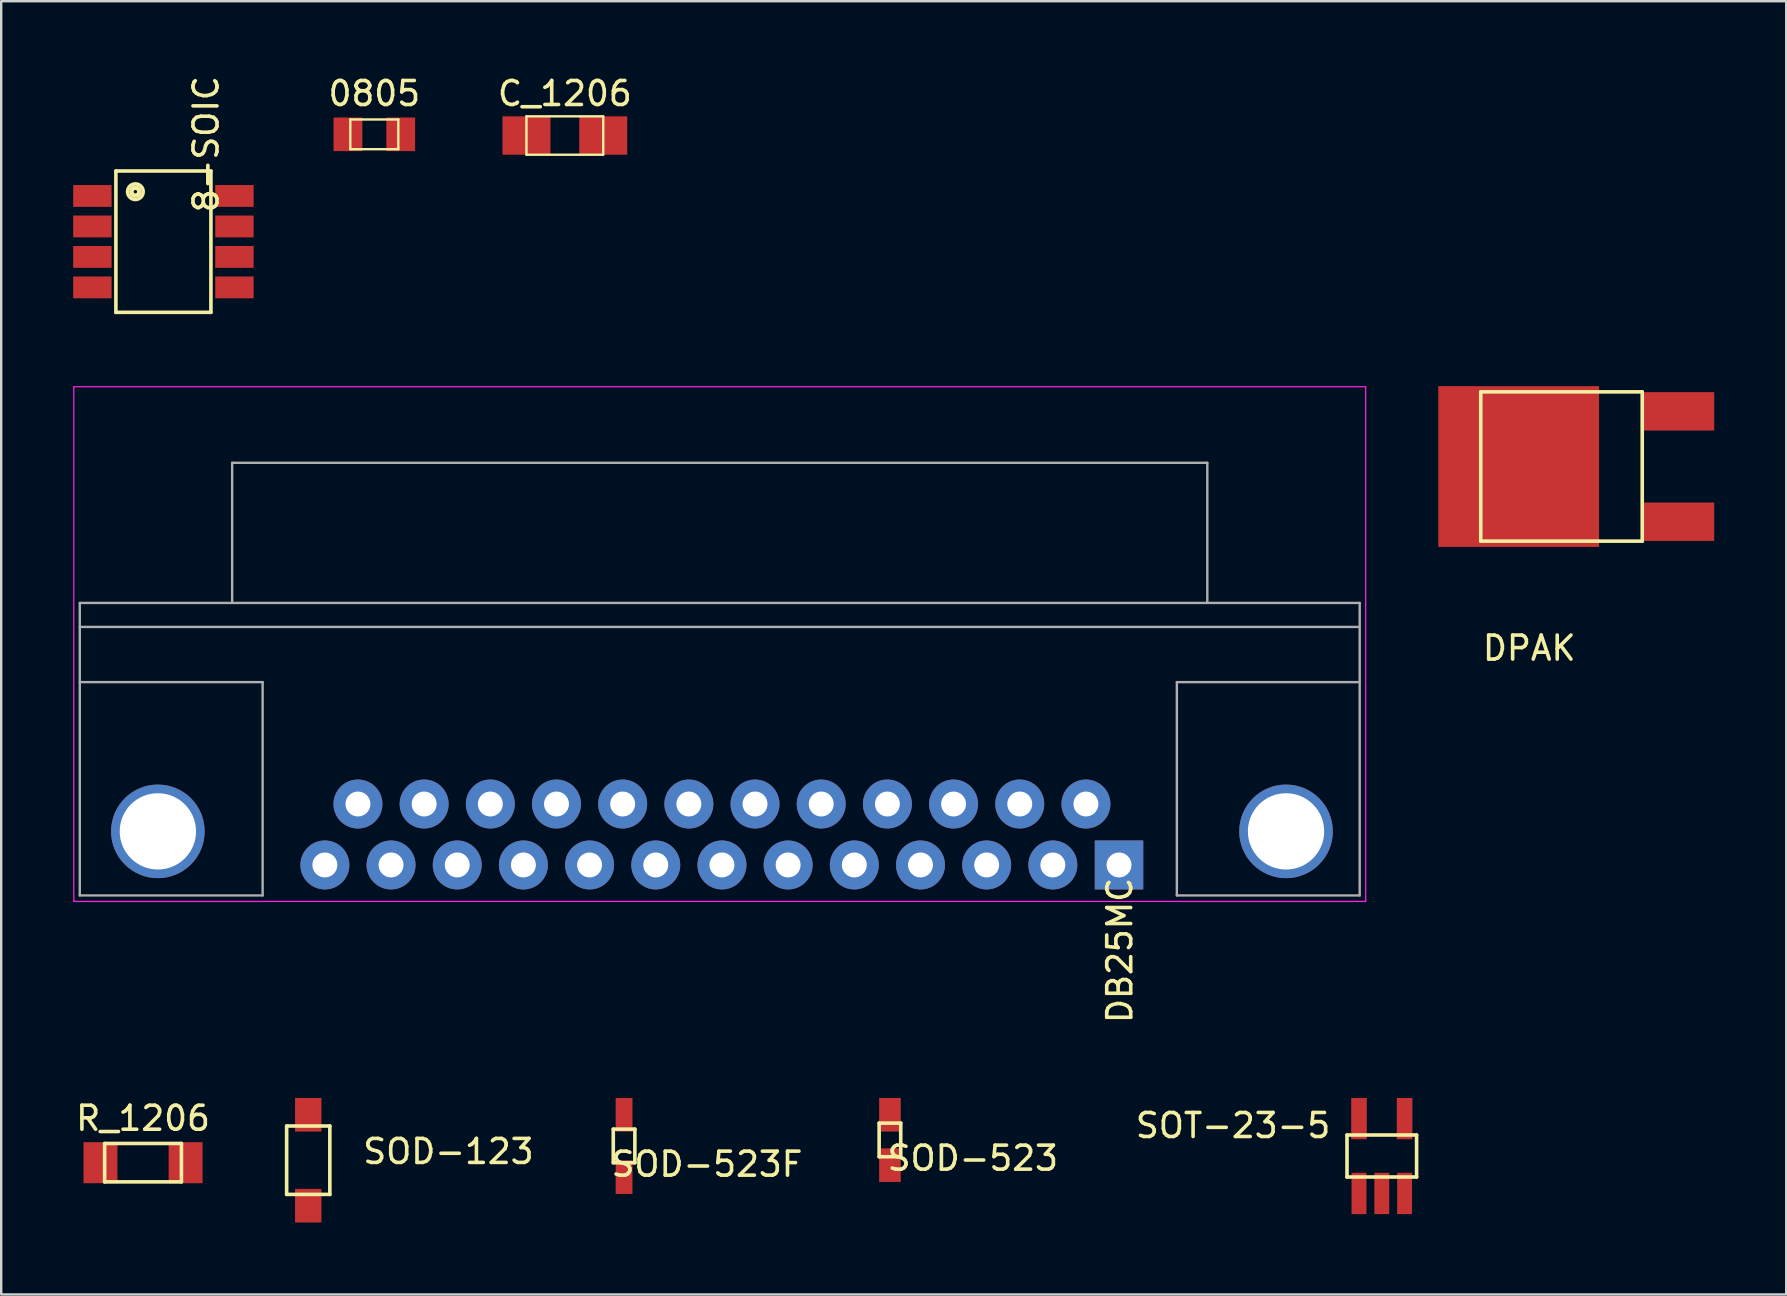
<source format=kicad_pcb>
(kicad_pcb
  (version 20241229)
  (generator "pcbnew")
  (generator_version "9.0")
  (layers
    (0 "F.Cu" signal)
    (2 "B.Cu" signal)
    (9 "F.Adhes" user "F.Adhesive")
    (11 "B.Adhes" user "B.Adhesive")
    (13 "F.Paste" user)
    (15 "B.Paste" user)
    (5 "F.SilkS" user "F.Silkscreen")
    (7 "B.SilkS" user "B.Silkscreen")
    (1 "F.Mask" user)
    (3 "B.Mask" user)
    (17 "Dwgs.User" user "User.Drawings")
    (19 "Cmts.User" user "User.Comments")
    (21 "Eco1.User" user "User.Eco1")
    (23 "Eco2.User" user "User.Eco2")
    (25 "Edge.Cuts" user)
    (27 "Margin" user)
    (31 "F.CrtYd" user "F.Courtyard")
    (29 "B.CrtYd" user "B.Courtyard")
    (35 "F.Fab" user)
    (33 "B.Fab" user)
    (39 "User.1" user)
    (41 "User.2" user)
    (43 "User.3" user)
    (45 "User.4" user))
  (footprint "SOD-123"
    (layer "F.Cu")
    (at 9.796 45.302)
    (property "Reference" "SOD-123" (at 5.842 -0.364 0) (layer "F.SilkS") (effects (font (size 1 1) (thickness 0.15))))
    (attr through_hole)
    (fp_line (start -0.9 1.425) (end -0.9 -1.425) (stroke (width 0.15) (type solid)) (layer "F.SilkS"))
    (fp_line (start -0.9 1.425) (end 0.9 1.425) (stroke (width 0.15) (type solid)) (layer "F.SilkS"))
    (fp_line (start 0.9 -1.425) (end -0.9 -1.425) (stroke (width 0.15) (type solid)) (layer "F.SilkS"))
    (fp_line (start 0.9 1.425) (end 0.9 -1.425) (stroke (width 0.15) (type solid)) (layer "F.SilkS"))
    (pad "1" smd rect (at 0 -1.895) (size 1.1 1.4) (layers "F.Cu" "F.Mask" "F.Paste"))
    (pad "2" smd rect (at 0 1.895) (size 1.1 1.4) (layers "F.Cu" "F.Mask" "F.Paste")))
  (footprint "DPAK"
    (layer "F.Cu")
    (at 64.49 16.392)
    (property "Reference" "DPAK" (at -3.81 7.569 0) (layer "F.SilkS") (effects (font (size 1 1) (thickness 0.15))))
    (attr through_hole)
    (fp_line (start -5.83 -3.11) (end 0.9 -3.11) (stroke (width 0.15) (type solid)) (layer "F.SilkS"))
    (fp_line (start -5.83 3.11) (end -5.83 -3.11) (stroke (width 0.15) (type solid)) (layer "F.SilkS"))
    (fp_line (start -5.83 3.11) (end 0.9 3.11) (stroke (width 0.15) (type solid)) (layer "F.SilkS"))
    (fp_line (start 0.9 -3.11) (end 0.9 3.11) (stroke (width 0.15) (type solid)) (layer "F.SilkS"))
    (pad "1" smd rect (at 2.4 2.3) (size 3 1.6) (layers "F.Cu" "F.Mask" "F.Paste"))
    (pad "2" smd rect (at 2.4 -2.3) (size 3 1.6) (layers "F.Cu" "F.Mask" "F.Paste"))
    (pad "3" smd rect (at -4.25 0) (size 6.7 6.7) (layers "F.Cu" "F.Mask" "F.Paste")))
  (footprint "R_1206"
    (layer "F.Cu")
    (at 2.911 45.405)
    (property "Reference" "R_1206" (at 0 -1.85 0) (layer "F.SilkS") (effects (font (size 1 1) (thickness 0.15))))
    (attr smd)
    (fp_line (start -1.6 0.8) (end -1.6 -0.8) (stroke (width 0.15) (type solid)) (layer "F.SilkS"))
    (fp_line (start -1.6 0.8) (end 1.6 0.8) (stroke (width 0.15) (type solid)) (layer "F.SilkS"))
    (fp_line (start 1.6 -0.8) (end -1.6 -0.8) (stroke (width 0.15) (type solid)) (layer "F.SilkS"))
    (fp_line (start 1.6 0.8) (end 1.6 -0.8) (stroke (width 0.15) (type solid)) (layer "F.SilkS"))
    (pad "1" smd rect (at -1.774 0) (size 1.414 1.71) (layers "F.Cu" "F.Mask" "F.Paste"))
    (pad "2" smd rect (at 1.774 0) (size 1.414 1.71) (layers "F.Cu" "F.Mask" "F.Paste")))
  (footprint "C_1206"
    (layer "F.Cu")
    (at 20.49 2.598)
    (property "Reference" "C_1206" (at 0 -1.75 0) (layer "F.SilkS") (effects (font (size 1 1) (thickness 0.15))))
    (attr smd)
    (fp_line (start -1.6 -0.8) (end 1.6 -0.8) (stroke (width 0.1) (type solid)) (layer "F.SilkS"))
    (fp_line (start -1.6 0.8) (end -1.6 -0.8) (stroke (width 0.1) (type solid)) (layer "F.SilkS"))
    (fp_line (start 1.6 -0.8) (end 1.6 0.8) (stroke (width 0.1) (type solid)) (layer "F.SilkS"))
    (fp_line (start 1.6 0.8) (end -1.6 0.8) (stroke (width 0.1) (type solid)) (layer "F.SilkS"))
    (pad "1" smd rect (at -1.6 0) (size 2 1.6) (layers "F.Cu" "F.Mask" "F.Paste"))
    (pad "2" smd rect (at 1.6 0) (size 2 1.6) (layers "F.Cu" "F.Mask" "F.Paste")))
  (footprint "SOD-523"
    (layer "F.Cu")
    (at 34.038 44.457)
    (property "Reference" "SOD-523" (at 3.454 0.762 0) (layer "F.SilkS") (effects (font (size 1 1) (thickness 0.15))))
    (attr through_hole)
    (fp_line (start -0.45 0.7) (end -0.45 -0.7) (stroke (width 0.15) (type solid)) (layer "F.SilkS"))
    (fp_line (start -0.45 0.7) (end 0.45 0.7) (stroke (width 0.15) (type solid)) (layer "F.SilkS"))
    (fp_line (start 0.45 -0.7) (end -0.45 -0.7) (stroke (width 0.15) (type solid)) (layer "F.SilkS"))
    (fp_line (start 0.45 0.7) (end 0.45 -0.7) (stroke (width 0.15) (type solid)) (layer "F.SilkS"))
    (pad "1" smd rect (at 0 -1.05) (size 0.9 1.4) (layers "F.Cu" "F.Mask" "F.Paste"))
    (pad "2" smd rect (at 0 1.05) (size 0.9 1.4) (layers "F.Cu" "F.Mask" "F.Paste")))
  (footprint "DB25MC"
    (layer "F.Cu")
    (at 43.585 32.997)
    (property "Reference" "DB25MC" (at 0.032 3.561 90) (layer "F.SilkS") (effects (font (size 1 1) (thickness 0.15))))
    (attr through_hole)
    (fp_line (start -43.56 -19.93) (end -43.56 1.52) (stroke (width 0.05) (type solid)) (layer "F.CrtYd"))
    (fp_line (start -43.56 -19.93) (end 10.28 -19.93) (stroke (width 0.05) (type solid)) (layer "F.CrtYd"))
    (fp_line (start 10.28 1.52) (end -43.56 1.52) (stroke (width 0.05) (type solid)) (layer "F.CrtYd"))
    (fp_line (start 10.28 1.52) (end 10.28 -19.93) (stroke (width 0.05) (type solid)) (layer "F.CrtYd"))
    (fp_line (start -43.31 -9.92) (end 10.03 -9.92) (stroke (width 0.1) (type solid)) (layer "F.Fab"))
    (fp_line (start -43.31 -7.62) (end -35.69 -7.62) (stroke (width 0.1) (type solid)) (layer "F.Fab"))
    (fp_line (start -43.31 1.27) (end -43.31 -10.92) (stroke (width 0.1) (type solid)) (layer "F.Fab"))
    (fp_line (start -43.31 1.27) (end -35.69 1.27) (stroke (width 0.1) (type solid)) (layer "F.Fab"))
    (fp_line (start -36.96 -16.76) (end -36.96 -10.92) (stroke (width 0.1) (type solid)) (layer "F.Fab"))
    (fp_line (start -36.96 -16.76) (end 3.68 -16.76) (stroke (width 0.1) (type solid)) (layer "F.Fab"))
    (fp_line (start -35.69 -7.62) (end -35.69 1.27) (stroke (width 0.1) (type solid)) (layer "F.Fab"))
    (fp_line (start 2.41 -7.62) (end 2.41 1.27) (stroke (width 0.1) (type solid)) (layer "F.Fab"))
    (fp_line (start 2.41 1.27) (end 10.03 1.27) (stroke (width 0.1) (type solid)) (layer "F.Fab"))
    (fp_line (start 3.68 -16.76) (end 3.68 -10.92) (stroke (width 0.1) (type solid)) (layer "F.Fab"))
    (fp_line (start 10.03 -10.92) (end -43.31 -10.92) (stroke (width 0.1) (type solid)) (layer "F.Fab"))
    (fp_line (start 10.03 -10.92) (end 10.03 1.27) (stroke (width 0.1) (type solid)) (layer "F.Fab"))
    (fp_line (start 10.03 -7.62) (end 2.41 -7.62) (stroke (width 0.1) (type solid)) (layer "F.Fab"))
    (pad "" thru_hole circle (at -40.056 -1.4) (size 3.9 3.9) (drill 3.18) (layers "*.Cu" "*.Mask"))
    (pad "" thru_hole circle (at 6.96 -1.4) (size 3.9 3.9) (drill 3.18) (layers "*.Cu" "*.Mask"))
    (pad "1" thru_hole rect (at 0 0) (size 2.02 2.04) (drill 1.04) (layers "*.Cu" "*.Mask"))
    (pad "2" thru_hole circle (at -2.758 0) (size 2.04 2.04) (drill 1.04) (layers "*.Cu" "*.Mask"))
    (pad "3" thru_hole circle (at -5.516 0) (size 2.04 2.04) (drill 1.04) (layers "*.Cu" "*.Mask"))
    (pad "4" thru_hole circle (at -8.274 0) (size 2.04 2.04) (drill 1.04) (layers "*.Cu" "*.Mask"))
    (pad "5" thru_hole circle (at -11.032 0) (size 2.04 2.04) (drill 1.04) (layers "*.Cu" "*.Mask"))
    (pad "6" thru_hole circle (at -13.79 0) (size 2.04 2.04) (drill 1.04) (layers "*.Cu" "*.Mask"))
    (pad "7" thru_hole circle (at -16.548 0) (size 2.04 2.04) (drill 1.04) (layers "*.Cu" "*.Mask"))
    (pad "8" thru_hole circle (at -19.306 0) (size 2.04 2.04) (drill 1.04) (layers "*.Cu" "*.Mask"))
    (pad "9" thru_hole circle (at -22.064 0) (size 2.04 2.04) (drill 1.04) (layers "*.Cu" "*.Mask"))
    (pad "10" thru_hole circle (at -24.822 0) (size 2.04 2.04) (drill 1.04) (layers "*.Cu" "*.Mask"))
    (pad "11" thru_hole circle (at -27.58 0) (size 2.04 2.04) (drill 1.04) (layers "*.Cu" "*.Mask"))
    (pad "12" thru_hole circle (at -30.338 0) (size 2.04 2.04) (drill 1.04) (layers "*.Cu" "*.Mask"))
    (pad "13" thru_hole circle (at -33.096 0) (size 2.04 2.04) (drill 1.04) (layers "*.Cu" "*.Mask"))
    (pad "14" thru_hole circle (at -1.379 -2.54) (size 2.04 2.04) (drill 1.04) (layers "*.Cu" "*.Mask"))
    (pad "15" thru_hole circle (at -4.137 -2.54) (size 2.04 2.04) (drill 1.04) (layers "*.Cu" "*.Mask"))
    (pad "16" thru_hole circle (at -6.895 -2.54) (size 2.04 2.04) (drill 1.04) (layers "*.Cu" "*.Mask"))
    (pad "17" thru_hole circle (at -9.653 -2.54) (size 2.04 2.04) (drill 1.04) (layers "*.Cu" "*.Mask"))
    (pad "18" thru_hole circle (at -12.411 -2.54) (size 2.04 2.04) (drill 1.04) (layers "*.Cu" "*.Mask"))
    (pad "19" thru_hole circle (at -15.169 -2.54) (size 2.04 2.04) (drill 1.04) (layers "*.Cu" "*.Mask"))
    (pad "20" thru_hole circle (at -17.927 -2.54) (size 2.04 2.04) (drill 1.04) (layers "*.Cu" "*.Mask"))
    (pad "21" thru_hole circle (at -20.685 -2.54) (size 2.04 2.04) (drill 1.04) (layers "*.Cu" "*.Mask"))
    (pad "22" thru_hole circle (at -23.443 -2.54) (size 2.04 2.04) (drill 1.04) (layers "*.Cu" "*.Mask"))
    (pad "23" thru_hole circle (at -26.201 -2.54) (size 2.04 2.04) (drill 1.04) (layers "*.Cu" "*.Mask"))
    (pad "24" thru_hole circle (at -28.959 -2.54) (size 2.04 2.04) (drill 1.04) (layers "*.Cu" "*.Mask"))
    (pad "25" thru_hole circle (at -31.717 -2.54) (size 2.04 2.04) (drill 1.04) (layers "*.Cu" "*.Mask")))
  (footprint "0805"
    (layer "F.Cu")
    (at 12.55 2.548)
    (property "Reference" "0805" (at 0 -1.7 0) (layer "F.SilkS") (effects (font (size 1 1) (thickness 0.15))))
    (attr smd)
    (fp_line (start -1 -0.62) (end 1 -0.62) (stroke (width 0.1) (type solid)) (layer "F.SilkS"))
    (fp_line (start -1 0.62) (end -1 -0.62) (stroke (width 0.1) (type solid)) (layer "F.SilkS"))
    (fp_line (start 1 -0.62) (end 1 0.62) (stroke (width 0.1) (type solid)) (layer "F.SilkS"))
    (fp_line (start 1 0.62) (end -1 0.62) (stroke (width 0.1) (type solid)) (layer "F.SilkS"))
    (pad "1" smd rect (at -1.1 0) (size 1.2 1.4) (layers "F.Cu" "F.Mask" "F.Paste"))
    (pad "2" smd rect (at 1.1 0) (size 1.2 1.4) (layers "F.Cu" "F.Mask" "F.Paste")))
  (footprint "SOT-23-5"
    (layer "F.Cu")
    (at 54.536 45.127)
    (property "Reference" "SOT-23-5" (at -6.198 -1.27 0) (layer "F.SilkS") (effects (font (size 1 1) (thickness 0.15))))
    (attr through_hole)
    (fp_line (start -1.45 0.875) (end -1.45 -0.875) (stroke (width 0.15) (type solid)) (layer "F.SilkS"))
    (fp_line (start 1.45 -0.875) (end -1.45 -0.875) (stroke (width 0.15) (type solid)) (layer "F.SilkS"))
    (fp_line (start 1.45 -0.875) (end 1.45 0.875) (stroke (width 0.15) (type solid)) (layer "F.SilkS"))
    (fp_line (start 1.45 0.875) (end -1.45 0.875) (stroke (width 0.15) (type solid)) (layer "F.SilkS"))
    (pad "1" smd rect (at -0.95 1.56) (size 0.62 1.72) (layers "F.Cu" "F.Mask" "F.Paste"))
    (pad "2" smd rect (at 0 1.56) (size 0.62 1.72) (layers "F.Cu" "F.Mask" "F.Paste"))
    (pad "3" smd rect (at 0.95 1.56) (size 0.62 1.72) (layers "F.Cu" "F.Mask" "F.Paste"))
    (pad "4" smd rect (at 0.95 -1.56) (size 0.65 1.72) (layers "F.Cu" "F.Mask" "F.Paste"))
    (pad "5" smd rect (at -0.95 -1.56) (size 0.65 1.72) (layers "F.Cu" "F.Mask" "F.Paste")))
  (footprint "8-SOIC"
    (layer "F.Cu")
    (at 3.76 7.022)
    (property "Reference" "8-SOIC" (at 1.778 -4.064 90) (layer "F.SilkS") (effects (font (size 1 1) (thickness 0.15))))
    (attr through_hole)
    (fp_line (start -1.98 2.945) (end -1.98 -2.945) (stroke (width 0.15) (type solid)) (layer "F.SilkS"))
    (fp_line (start -1.98 2.945) (end 1.98 2.945) (stroke (width 0.15) (type solid)) (layer "F.SilkS"))
    (fp_line (start 1.98 -2.945) (end -1.98 -2.945) (stroke (width 0.15) (type solid)) (layer "F.SilkS"))
    (fp_line (start 1.98 2.945) (end 1.98 -2.945) (stroke (width 0.15) (type solid)) (layer "F.SilkS"))
    (fp_circle (center -1.168 -2.083) (end -1.118 -2.032) (stroke (width 0.15) (type solid)) (fill no) (layer "F.SilkS"))
    (fp_circle (center -1.168 -2.083) (end -1.067 -1.93) (stroke (width 0.15) (type solid)) (fill no) (layer "F.SilkS"))
    (fp_circle (center -1.168 -2.083) (end -0.914 -1.88) (stroke (width 0.15) (type solid)) (fill no) (layer "F.SilkS"))
    (pad "1" smd rect (at -2.96 -1.905) (size 1.6 0.91) (layers "F.Cu" "F.Mask" "F.Paste"))
    (pad "2" smd rect (at -2.96 -0.635) (size 1.6 0.91) (layers "F.Cu" "F.Mask" "F.Paste"))
    (pad "3" smd rect (at -2.96 0.635) (size 1.6 0.91) (layers "F.Cu" "F.Mask" "F.Paste"))
    (pad "4" smd rect (at -2.96 1.905) (size 1.6 0.91) (layers "F.Cu" "F.Mask" "F.Paste"))
    (pad "5" smd rect (at 2.96 1.905) (size 1.6 0.91) (layers "F.Cu" "F.Mask" "F.Paste"))
    (pad "6" smd rect (at 2.96 0.635) (size 1.6 0.91) (layers "F.Cu" "F.Mask" "F.Paste"))
    (pad "7" smd rect (at 2.96 -0.635) (size 1.6 0.91) (layers "F.Cu" "F.Mask" "F.Paste"))
    (pad "8" smd rect (at 2.96 -1.905) (size 1.6 0.91) (layers "F.Cu" "F.Mask" "F.Paste")))
  (footprint "SOD-523F"
    (layer "F.Cu")
    (at 22.958 44.707)
    (property "Reference" "SOD-523F" (at 3.454 0.762 0) (layer "F.SilkS") (effects (font (size 1 1) (thickness 0.15))))
    (attr through_hole)
    (fp_line (start -0.45 0.7) (end -0.45 -0.7) (stroke (width 0.15) (type solid)) (layer "F.SilkS"))
    (fp_line (start -0.45 0.7) (end 0.45 0.7) (stroke (width 0.15) (type solid)) (layer "F.SilkS"))
    (fp_line (start 0.45 -0.7) (end -0.45 -0.7) (stroke (width 0.15) (type solid)) (layer "F.SilkS"))
    (fp_line (start 0.45 0.7) (end 0.45 -0.7) (stroke (width 0.15) (type solid)) (layer "F.SilkS"))
    (pad "1" smd rect (at 0 -1.3) (size 0.7 1.4) (layers "F.Cu" "F.Mask" "F.Paste"))
    (pad "2" smd rect (at 0 1.3) (size 0.7 1.4) (layers "F.Cu" "F.Mask" "F.Paste")))
  (gr_rect
    (start -3 -3)
    (end 71.39 50.897)
    (stroke (width 0.1) (type default))
    (fill no)
    (layer "Edge.Cuts")))
</source>
